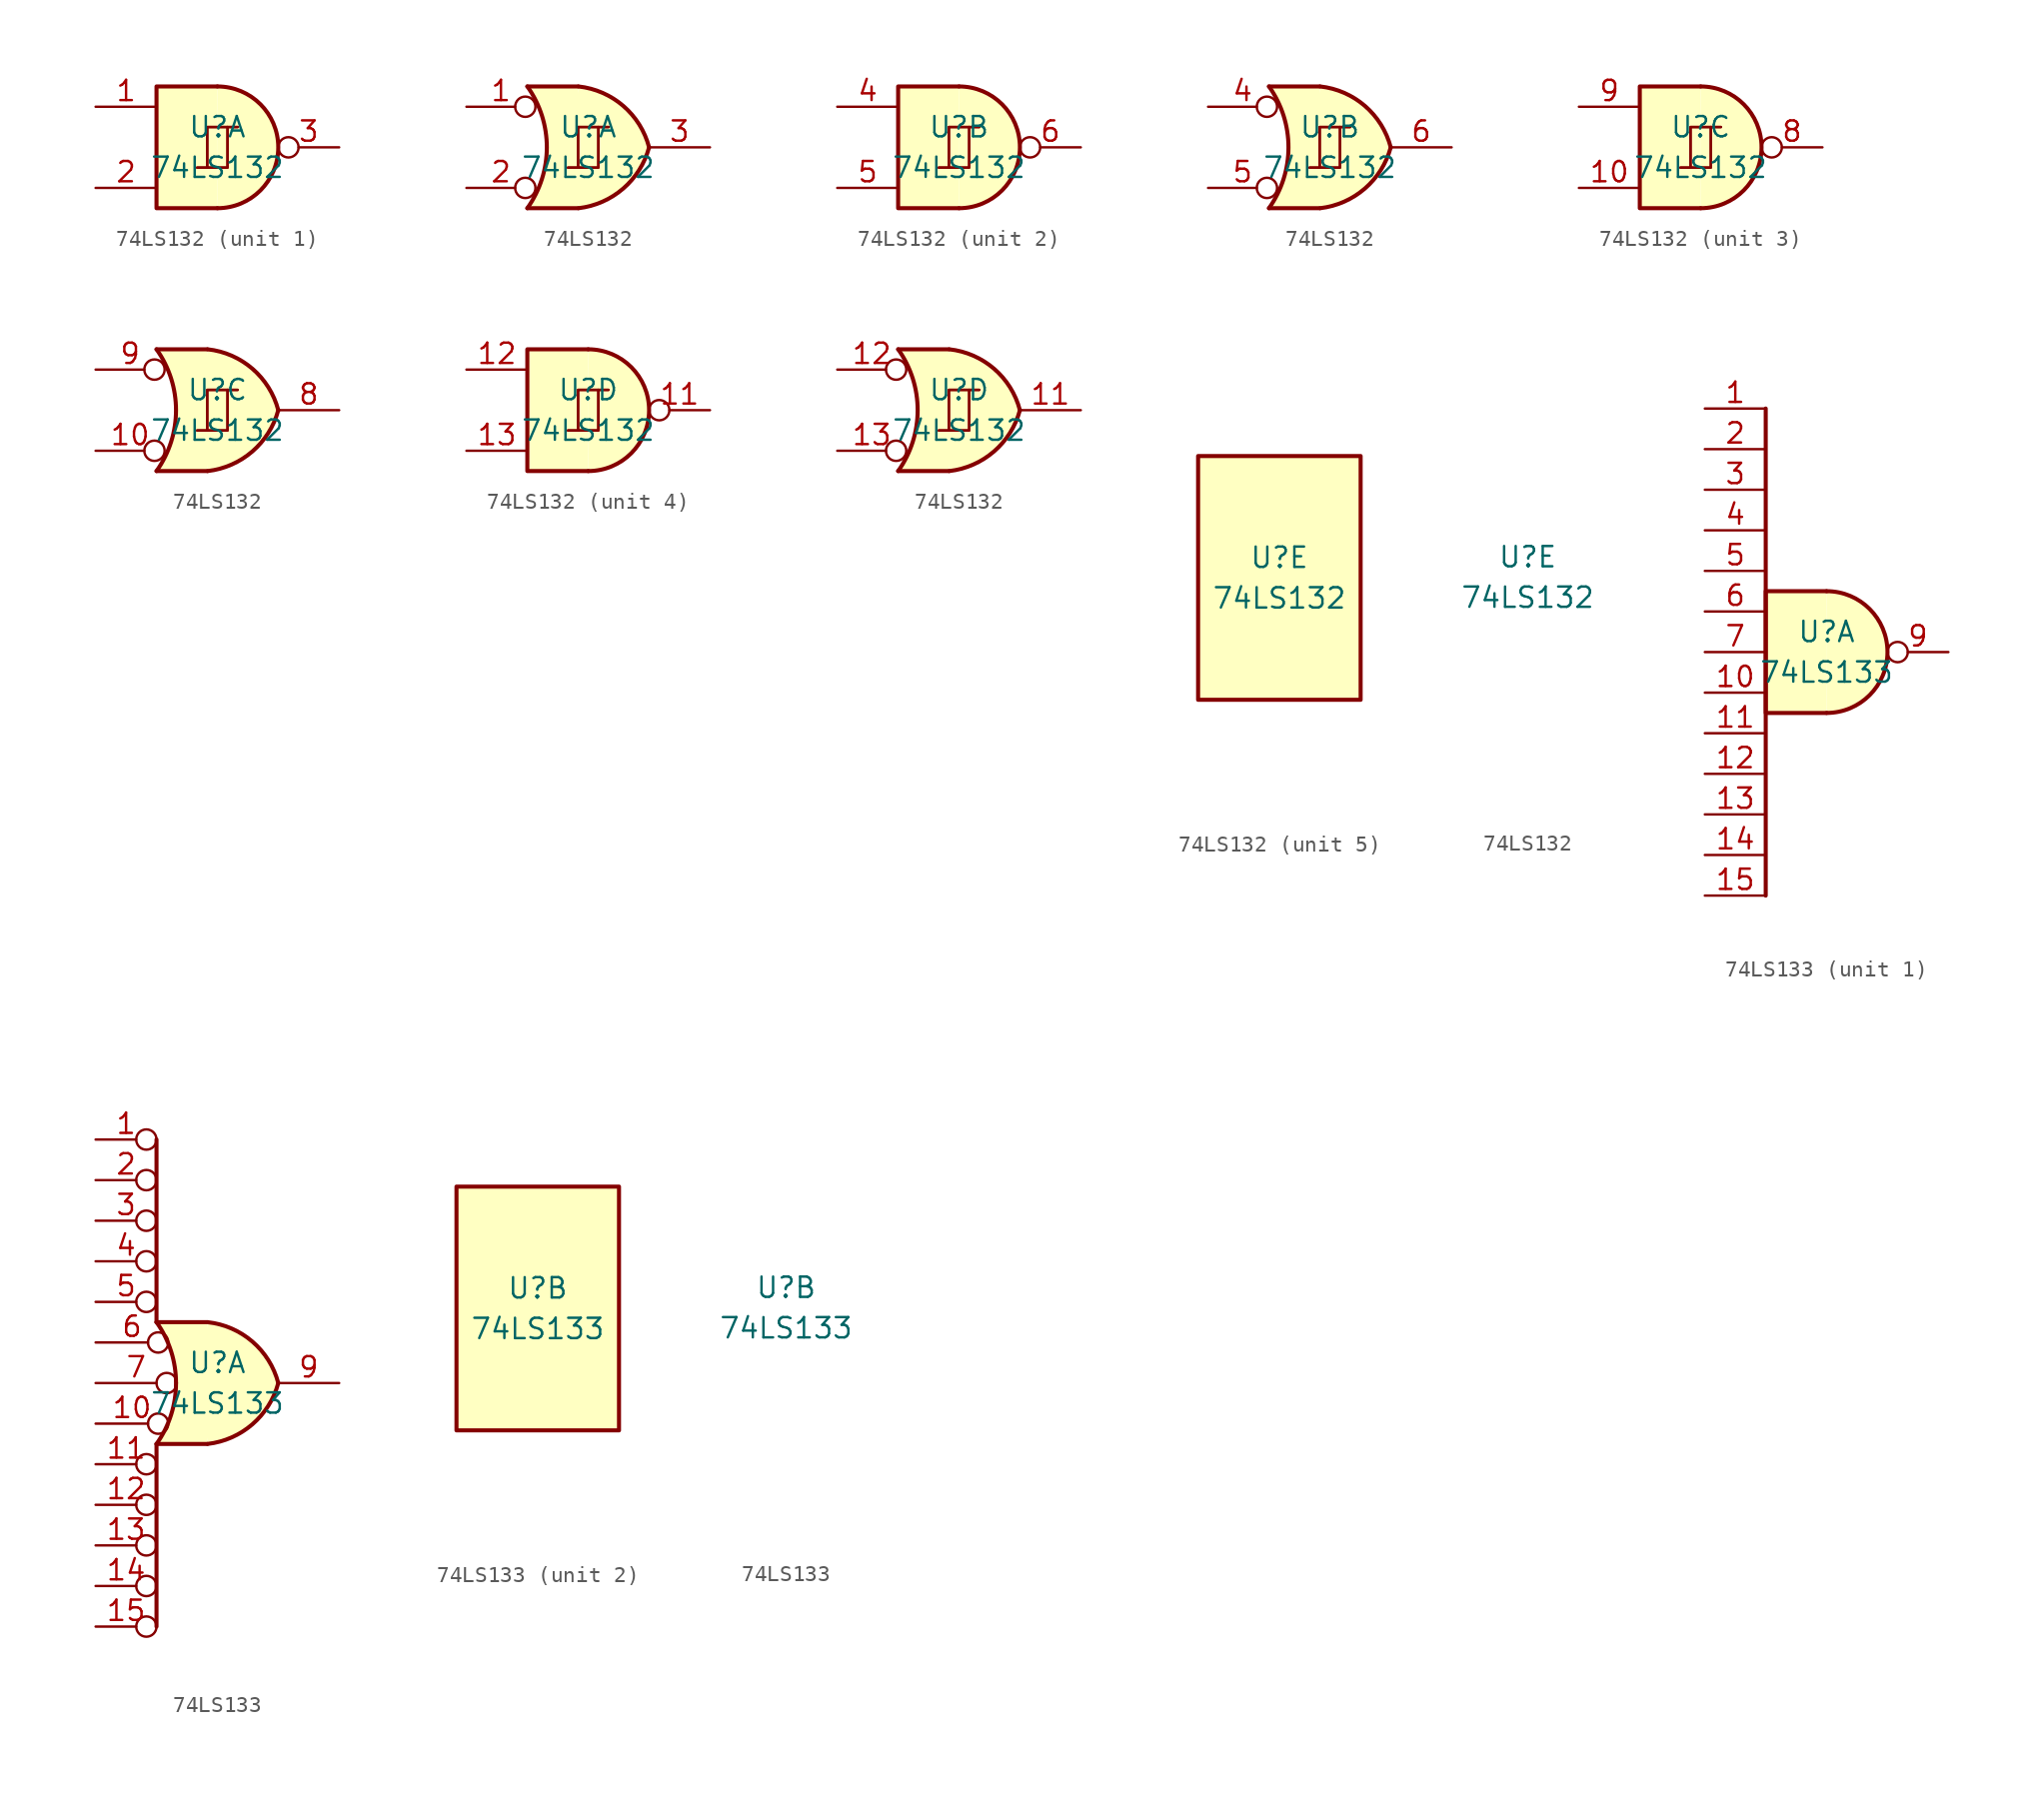
<source format=kicad_sym>
(kicad_symbol_lib
  (version 20231120)
  (generator "kicad_symbol_editor")
  (generator_version "8.0")
  (symbol "74LS132"
    (pin_names
      (offset 1.016))
    (property "Reference" "U"
      (at 0 1.27 0)
      (effects (font (size 1.27 1.27))))
    (property "Value" "74LS132"
      (at 0 -1.27 0)
      (effects (font (size 1.27 1.27))))
    (property "ki_locked" ""
      (at 0 0 0)
      (effects (font (size 1.27 1.27))))
    (symbol "74LS132_1_0"
      (polyline (pts (xy -0.635 -1.27) (xy -0.635 1.27) (xy 0.635 1.27)) (stroke (width 0) (type default)) (fill (type none)))
      (polyline (pts (xy -0.635 -1.27) (xy -0.635 1.27) (xy 0.635 1.27)) (stroke (width 0) (type default)) (fill (type none)))
      (polyline (pts (xy -1.27 -1.27) (xy 0.635 -1.27) (xy 0.635 1.27) (xy 1.27 1.27)) (stroke (width 0) (type default)) (fill (type none)))
      (polyline (pts (xy -1.27 -1.27) (xy 0.635 -1.27) (xy 0.635 1.27) (xy 1.27 1.27)) (stroke (width 0) (type default)) (fill (type none))))
    (symbol "74LS132_1_1"
      (arc (start 0 -3.81) (mid 3.7934 0) (end 0 3.81) (stroke (width 0.254) (type default)) (fill (type background)))
      (polyline (pts (xy 0 3.81) (xy -3.81 3.81) (xy -3.81 -3.81) (xy 0 -3.81)) (stroke (width 0.254) (type default)) (fill (type background)))
      (pin input line (at -7.62 2.54 0) (length 3.81) (name "~" (effects (font (size 1.27 1.27)))) (number "1" (effects (font (size 1.27 1.27)))))
      (pin input line (at -7.62 -2.54 0) (length 3.81) (name "~" (effects (font (size 1.27 1.27)))) (number "2" (effects (font (size 1.27 1.27)))))
      (pin output inverted (at 7.62 0 180) (length 3.81) (name "~" (effects (font (size 1.27 1.27)))) (number "3" (effects (font (size 1.27 1.27))))))
    (symbol "74LS132_1_2"
      (arc (start -3.81 -3.81) (mid -2.589 0) (end -3.81 3.81) (stroke (width 0.254) (type default)) (fill (type none)))
      (arc (start -0.6096 -3.81) (mid 2.1842 -2.5851) (end 3.81 0) (stroke (width 0.254) (type default)) (fill (type background)))
      (polyline (pts (xy -3.81 -3.81) (xy -0.635 -3.81)) (stroke (width 0.254) (type default)) (fill (type background)))
      (polyline (pts (xy -3.81 3.81) (xy -0.635 3.81)) (stroke (width 0.254) (type default)) (fill (type background)))
      (polyline (pts (xy -0.635 3.81) (xy -3.81 3.81) (xy -3.81 3.81) (xy -3.556 3.404) (xy -3.023 2.261) (xy -2.692 1.041) (xy -2.616 -0.254) (xy -2.769 -1.499) (xy -3.175 -2.718) (xy -3.81 -3.81) (xy -3.81 -3.81) (xy -0.635 -3.81)) (stroke (width -25.4) (type default)) (fill (type background)))
      (arc (start 3.81 0) (mid 2.1915 2.5936) (end -0.6096 3.81) (stroke (width 0.254) (type default)) (fill (type background)))
      (pin input inverted (at -7.62 2.54 0) (length 4.318) (name "~" (effects (font (size 1.27 1.27)))) (number "1" (effects (font (size 1.27 1.27)))))
      (pin input inverted (at -7.62 -2.54 0) (length 4.318) (name "~" (effects (font (size 1.27 1.27)))) (number "2" (effects (font (size 1.27 1.27)))))
      (pin output line (at 7.62 0 180) (length 3.81) (name "~" (effects (font (size 1.27 1.27)))) (number "3" (effects (font (size 1.27 1.27))))))
    (symbol "74LS132_2_0"
      (polyline (pts (xy -0.635 -1.27) (xy -0.635 1.27) (xy 0.635 1.27)) (stroke (width 0) (type default)) (fill (type none)))
      (polyline (pts (xy -0.635 -1.27) (xy -0.635 1.27) (xy 0.635 1.27)) (stroke (width 0) (type default)) (fill (type none)))
      (polyline (pts (xy -1.27 -1.27) (xy 0.635 -1.27) (xy 0.635 1.27) (xy 1.27 1.27)) (stroke (width 0) (type default)) (fill (type none)))
      (polyline (pts (xy -1.27 -1.27) (xy 0.635 -1.27) (xy 0.635 1.27) (xy 1.27 1.27)) (stroke (width 0) (type default)) (fill (type none))))
    (symbol "74LS132_2_1"
      (arc (start 0 -3.81) (mid 3.7934 0) (end 0 3.81) (stroke (width 0.254) (type default)) (fill (type background)))
      (polyline (pts (xy 0 3.81) (xy -3.81 3.81) (xy -3.81 -3.81) (xy 0 -3.81)) (stroke (width 0.254) (type default)) (fill (type background)))
      (pin input line (at -7.62 2.54 0) (length 3.81) (name "~" (effects (font (size 1.27 1.27)))) (number "4" (effects (font (size 1.27 1.27)))))
      (pin input line (at -7.62 -2.54 0) (length 3.81) (name "~" (effects (font (size 1.27 1.27)))) (number "5" (effects (font (size 1.27 1.27)))))
      (pin output inverted (at 7.62 0 180) (length 3.81) (name "~" (effects (font (size 1.27 1.27)))) (number "6" (effects (font (size 1.27 1.27))))))
    (symbol "74LS132_2_2"
      (arc (start -3.81 -3.81) (mid -2.589 0) (end -3.81 3.81) (stroke (width 0.254) (type default)) (fill (type none)))
      (arc (start -0.6096 -3.81) (mid 2.1842 -2.5851) (end 3.81 0) (stroke (width 0.254) (type default)) (fill (type background)))
      (polyline (pts (xy -3.81 -3.81) (xy -0.635 -3.81)) (stroke (width 0.254) (type default)) (fill (type background)))
      (polyline (pts (xy -3.81 3.81) (xy -0.635 3.81)) (stroke (width 0.254) (type default)) (fill (type background)))
      (polyline (pts (xy -0.635 3.81) (xy -3.81 3.81) (xy -3.81 3.81) (xy -3.556 3.404) (xy -3.023 2.261) (xy -2.692 1.041) (xy -2.616 -0.254) (xy -2.769 -1.499) (xy -3.175 -2.718) (xy -3.81 -3.81) (xy -3.81 -3.81) (xy -0.635 -3.81)) (stroke (width -25.4) (type default)) (fill (type background)))
      (arc (start 3.81 0) (mid 2.1915 2.5936) (end -0.6096 3.81) (stroke (width 0.254) (type default)) (fill (type background)))
      (pin input inverted (at -7.62 2.54 0) (length 4.318) (name "~" (effects (font (size 1.27 1.27)))) (number "4" (effects (font (size 1.27 1.27)))))
      (pin input inverted (at -7.62 -2.54 0) (length 4.318) (name "~" (effects (font (size 1.27 1.27)))) (number "5" (effects (font (size 1.27 1.27)))))
      (pin output line (at 7.62 0 180) (length 3.81) (name "~" (effects (font (size 1.27 1.27)))) (number "6" (effects (font (size 1.27 1.27))))))
    (symbol "74LS132_3_0"
      (polyline (pts (xy -0.635 -1.27) (xy -0.635 1.27) (xy 0.635 1.27)) (stroke (width 0) (type default)) (fill (type none)))
      (polyline (pts (xy -0.635 -1.27) (xy -0.635 1.27) (xy 0.635 1.27)) (stroke (width 0) (type default)) (fill (type none)))
      (polyline (pts (xy -1.27 -1.27) (xy 0.635 -1.27) (xy 0.635 1.27) (xy 1.27 1.27)) (stroke (width 0) (type default)) (fill (type none)))
      (polyline (pts (xy -1.27 -1.27) (xy 0.635 -1.27) (xy 0.635 1.27) (xy 1.27 1.27)) (stroke (width 0) (type default)) (fill (type none))))
    (symbol "74LS132_3_1"
      (arc (start 0 -3.81) (mid 3.7934 0) (end 0 3.81) (stroke (width 0.254) (type default)) (fill (type background)))
      (polyline (pts (xy 0 3.81) (xy -3.81 3.81) (xy -3.81 -3.81) (xy 0 -3.81)) (stroke (width 0.254) (type default)) (fill (type background)))
      (pin input line (at -7.62 -2.54 0) (length 3.81) (name "~" (effects (font (size 1.27 1.27)))) (number "10" (effects (font (size 1.27 1.27)))))
      (pin output inverted (at 7.62 0 180) (length 3.81) (name "~" (effects (font (size 1.27 1.27)))) (number "8" (effects (font (size 1.27 1.27)))))
      (pin input line (at -7.62 2.54 0) (length 3.81) (name "~" (effects (font (size 1.27 1.27)))) (number "9" (effects (font (size 1.27 1.27))))))
    (symbol "74LS132_3_2"
      (arc (start -3.81 -3.81) (mid -2.589 0) (end -3.81 3.81) (stroke (width 0.254) (type default)) (fill (type none)))
      (arc (start -0.6096 -3.81) (mid 2.1842 -2.5851) (end 3.81 0) (stroke (width 0.254) (type default)) (fill (type background)))
      (polyline (pts (xy -3.81 -3.81) (xy -0.635 -3.81)) (stroke (width 0.254) (type default)) (fill (type background)))
      (polyline (pts (xy -3.81 3.81) (xy -0.635 3.81)) (stroke (width 0.254) (type default)) (fill (type background)))
      (polyline (pts (xy -0.635 3.81) (xy -3.81 3.81) (xy -3.81 3.81) (xy -3.556 3.404) (xy -3.023 2.261) (xy -2.692 1.041) (xy -2.616 -0.254) (xy -2.769 -1.499) (xy -3.175 -2.718) (xy -3.81 -3.81) (xy -3.81 -3.81) (xy -0.635 -3.81)) (stroke (width -25.4) (type default)) (fill (type background)))
      (arc (start 3.81 0) (mid 2.1915 2.5936) (end -0.6096 3.81) (stroke (width 0.254) (type default)) (fill (type background)))
      (pin input inverted (at -7.62 -2.54 0) (length 4.318) (name "~" (effects (font (size 1.27 1.27)))) (number "10" (effects (font (size 1.27 1.27)))))
      (pin output line (at 7.62 0 180) (length 3.81) (name "~" (effects (font (size 1.27 1.27)))) (number "8" (effects (font (size 1.27 1.27)))))
      (pin input inverted (at -7.62 2.54 0) (length 4.318) (name "~" (effects (font (size 1.27 1.27)))) (number "9" (effects (font (size 1.27 1.27))))))
    (symbol "74LS132_4_0"
      (polyline (pts (xy -0.635 -1.27) (xy -0.635 1.27) (xy 0.635 1.27)) (stroke (width 0) (type default)) (fill (type none)))
      (polyline (pts (xy -0.635 -1.27) (xy -0.635 1.27) (xy 0.635 1.27)) (stroke (width 0) (type default)) (fill (type none)))
      (polyline (pts (xy -1.27 -1.27) (xy 0.635 -1.27) (xy 0.635 1.27) (xy 1.27 1.27)) (stroke (width 0) (type default)) (fill (type none)))
      (polyline (pts (xy -1.27 -1.27) (xy 0.635 -1.27) (xy 0.635 1.27) (xy 1.27 1.27)) (stroke (width 0) (type default)) (fill (type none))))
    (symbol "74LS132_4_1"
      (arc (start 0 -3.81) (mid 3.7934 0) (end 0 3.81) (stroke (width 0.254) (type default)) (fill (type background)))
      (polyline (pts (xy 0 3.81) (xy -3.81 3.81) (xy -3.81 -3.81) (xy 0 -3.81)) (stroke (width 0.254) (type default)) (fill (type background)))
      (pin output inverted (at 7.62 0 180) (length 3.81) (name "~" (effects (font (size 1.27 1.27)))) (number "11" (effects (font (size 1.27 1.27)))))
      (pin input line (at -7.62 2.54 0) (length 3.81) (name "~" (effects (font (size 1.27 1.27)))) (number "12" (effects (font (size 1.27 1.27)))))
      (pin input line (at -7.62 -2.54 0) (length 3.81) (name "~" (effects (font (size 1.27 1.27)))) (number "13" (effects (font (size 1.27 1.27))))))
    (symbol "74LS132_4_2"
      (arc (start -3.81 -3.81) (mid -2.589 0) (end -3.81 3.81) (stroke (width 0.254) (type default)) (fill (type none)))
      (arc (start -0.6096 -3.81) (mid 2.1842 -2.5851) (end 3.81 0) (stroke (width 0.254) (type default)) (fill (type background)))
      (polyline (pts (xy -3.81 -3.81) (xy -0.635 -3.81)) (stroke (width 0.254) (type default)) (fill (type background)))
      (polyline (pts (xy -3.81 3.81) (xy -0.635 3.81)) (stroke (width 0.254) (type default)) (fill (type background)))
      (polyline (pts (xy -0.635 3.81) (xy -3.81 3.81) (xy -3.81 3.81) (xy -3.556 3.404) (xy -3.023 2.261) (xy -2.692 1.041) (xy -2.616 -0.254) (xy -2.769 -1.499) (xy -3.175 -2.718) (xy -3.81 -3.81) (xy -3.81 -3.81) (xy -0.635 -3.81)) (stroke (width -25.4) (type default)) (fill (type background)))
      (arc (start 3.81 0) (mid 2.1915 2.5936) (end -0.6096 3.81) (stroke (width 0.254) (type default)) (fill (type background)))
      (pin output line (at 7.62 0 180) (length 3.81) (name "~" (effects (font (size 1.27 1.27)))) (number "11" (effects (font (size 1.27 1.27)))))
      (pin input inverted (at -7.62 2.54 0) (length 4.318) (name "~" (effects (font (size 1.27 1.27)))) (number "12" (effects (font (size 1.27 1.27)))))
      (pin input inverted (at -7.62 -2.54 0) (length 4.318) (name "~" (effects (font (size 1.27 1.27)))) (number "13" (effects (font (size 1.27 1.27))))))
    (symbol "74LS132_5_0"
      (pin input line (at 0 12.7 270) (length 5.08) hide (name "VCC" (effects (font (size 1.27 1.27)))) (number "14" (effects (font (size 1.27 1.27)))))
      (pin input line (at 0 -12.7 90) (length 5.08) hide (name "GND" (effects (font (size 1.27 1.27)))) (number "7" (effects (font (size 1.27 1.27))))))
    (symbol "74LS132_5_1"
      (rectangle (start -5.08 7.62) (end 5.08 -7.62) (stroke (width 0.254) (type default)) (fill (type background)))))
  (symbol "74LS133"
    (pin_names
      (offset 1.016))
    (property "Reference" "U"
      (at 0 1.27 0)
      (effects (font (size 1.27 1.27))))
    (property "Value" "74LS133"
      (at 0 -1.27 0)
      (effects (font (size 1.27 1.27))))
    (property "ki_locked" ""
      (at 0 0 0)
      (effects (font (size 1.27 1.27))))
    (symbol "74LS133_1_1"
      (arc (start 0 -3.81) (mid 3.7934 0) (end 0 3.81) (stroke (width 0.254) (type default)) (fill (type background)))
      (polyline (pts (xy -3.81 15.24) (xy -3.81 -15.24)) (stroke (width 0.254) (type default)) (fill (type none)))
      (polyline (pts (xy 0 3.81) (xy -3.81 3.81) (xy -3.81 -3.81) (xy 0 -3.81)) (stroke (width 0.254) (type default)) (fill (type background)))
      (pin input line (at -7.62 15.24 0) (length 3.81) (name "~" (effects (font (size 1.27 1.27)))) (number "1" (effects (font (size 1.27 1.27)))))
      (pin input line (at -7.62 -2.54 0) (length 3.81) (name "~" (effects (font (size 1.27 1.27)))) (number "10" (effects (font (size 1.27 1.27)))))
      (pin input line (at -7.62 -5.08 0) (length 3.81) (name "~" (effects (font (size 1.27 1.27)))) (number "11" (effects (font (size 1.27 1.27)))))
      (pin input line (at -7.62 -7.62 0) (length 3.81) (name "~" (effects (font (size 1.27 1.27)))) (number "12" (effects (font (size 1.27 1.27)))))
      (pin input line (at -7.62 -10.16 0) (length 3.81) (name "~" (effects (font (size 1.27 1.27)))) (number "13" (effects (font (size 1.27 1.27)))))
      (pin input line (at -7.62 -12.7 0) (length 3.81) (name "~" (effects (font (size 1.27 1.27)))) (number "14" (effects (font (size 1.27 1.27)))))
      (pin input line (at -7.62 -15.24 0) (length 3.81) (name "~" (effects (font (size 1.27 1.27)))) (number "15" (effects (font (size 1.27 1.27)))))
      (pin input line (at -7.62 12.7 0) (length 3.81) (name "~" (effects (font (size 1.27 1.27)))) (number "2" (effects (font (size 1.27 1.27)))))
      (pin input line (at -7.62 10.16 0) (length 3.81) (name "~" (effects (font (size 1.27 1.27)))) (number "3" (effects (font (size 1.27 1.27)))))
      (pin input line (at -7.62 7.62 0) (length 3.81) (name "~" (effects (font (size 1.27 1.27)))) (number "4" (effects (font (size 1.27 1.27)))))
      (pin input line (at -7.62 5.08 0) (length 3.81) (name "~" (effects (font (size 1.27 1.27)))) (number "5" (effects (font (size 1.27 1.27)))))
      (pin input line (at -7.62 2.54 0) (length 3.81) (name "~" (effects (font (size 1.27 1.27)))) (number "6" (effects (font (size 1.27 1.27)))))
      (pin input line (at -7.62 0 0) (length 3.81) (name "~" (effects (font (size 1.27 1.27)))) (number "7" (effects (font (size 1.27 1.27)))))
      (pin output inverted (at 7.62 0 180) (length 3.81) (name "~" (effects (font (size 1.27 1.27)))) (number "9" (effects (font (size 1.27 1.27))))))
    (symbol "74LS133_1_2"
      (arc (start -3.81 -3.81) (mid -2.589 0) (end -3.81 3.81) (stroke (width 0.254) (type default)) (fill (type none)))
      (arc (start -0.6096 -3.81) (mid 2.1842 -2.5851) (end 3.81 0) (stroke (width 0.254) (type default)) (fill (type background)))
      (polyline (pts (xy -3.81 -3.81) (xy -3.81 -15.24)) (stroke (width 0.254) (type default)) (fill (type none)))
      (polyline (pts (xy -3.81 -3.81) (xy -0.635 -3.81)) (stroke (width 0.254) (type default)) (fill (type background)))
      (polyline (pts (xy -3.81 3.81) (xy -0.635 3.81)) (stroke (width 0.254) (type default)) (fill (type background)))
      (polyline (pts (xy -3.81 15.24) (xy -3.81 3.81)) (stroke (width 0.254) (type default)) (fill (type none)))
      (polyline (pts (xy -0.635 3.81) (xy -3.81 3.81) (xy -3.81 3.81) (xy -3.556 3.404) (xy -3.023 2.261) (xy -2.692 1.041) (xy -2.616 -0.254) (xy -2.769 -1.499) (xy -3.175 -2.718) (xy -3.81 -3.81) (xy -3.81 -3.81) (xy -0.635 -3.81)) (stroke (width -25.4) (type default)) (fill (type background)))
      (arc (start 3.81 0) (mid 2.1915 2.5936) (end -0.6096 3.81) (stroke (width 0.254) (type default)) (fill (type background)))
      (pin input inverted (at -7.62 15.24 0) (length 3.81) (name "~" (effects (font (size 1.27 1.27)))) (number "1" (effects (font (size 1.27 1.27)))))
      (pin input inverted (at -7.62 -2.54 0) (length 4.547) (name "~" (effects (font (size 1.27 1.27)))) (number "10" (effects (font (size 1.27 1.27)))))
      (pin input inverted (at -7.62 -5.08 0) (length 3.81) (name "~" (effects (font (size 1.27 1.27)))) (number "11" (effects (font (size 1.27 1.27)))))
      (pin input inverted (at -7.62 -7.62 0) (length 3.81) (name "~" (effects (font (size 1.27 1.27)))) (number "12" (effects (font (size 1.27 1.27)))))
      (pin input inverted (at -7.62 -10.16 0) (length 3.81) (name "~" (effects (font (size 1.27 1.27)))) (number "13" (effects (font (size 1.27 1.27)))))
      (pin input inverted (at -7.62 -12.7 0) (length 3.81) (name "~" (effects (font (size 1.27 1.27)))) (number "14" (effects (font (size 1.27 1.27)))))
      (pin input inverted (at -7.62 -15.24 0) (length 3.81) (name "~" (effects (font (size 1.27 1.27)))) (number "15" (effects (font (size 1.27 1.27)))))
      (pin input inverted (at -7.62 12.7 0) (length 3.81) (name "~" (effects (font (size 1.27 1.27)))) (number "2" (effects (font (size 1.27 1.27)))))
      (pin input inverted (at -7.62 10.16 0) (length 3.81) (name "~" (effects (font (size 1.27 1.27)))) (number "3" (effects (font (size 1.27 1.27)))))
      (pin input inverted (at -7.62 7.62 0) (length 3.81) (name "~" (effects (font (size 1.27 1.27)))) (number "4" (effects (font (size 1.27 1.27)))))
      (pin input inverted (at -7.62 5.08 0) (length 3.81) (name "~" (effects (font (size 1.27 1.27)))) (number "5" (effects (font (size 1.27 1.27)))))
      (pin input inverted (at -7.62 2.54 0) (length 4.547) (name "~" (effects (font (size 1.27 1.27)))) (number "6" (effects (font (size 1.27 1.27)))))
      (pin input inverted (at -7.62 0 0) (length 5.08) (name "~" (effects (font (size 1.27 1.27)))) (number "7" (effects (font (size 1.27 1.27)))))
      (pin output line (at 7.62 0 180) (length 3.81) (name "~" (effects (font (size 1.27 1.27)))) (number "9" (effects (font (size 1.27 1.27))))))
    (symbol "74LS133_2_0"
      (pin input line (at 0 12.7 270) (length 5.08) hide (name "VCC" (effects (font (size 1.27 1.27)))) (number "16" (effects (font (size 1.27 1.27)))))
      (pin input line (at 0 -12.7 90) (length 5.08) hide (name "GND" (effects (font (size 1.27 1.27)))) (number "8" (effects (font (size 1.27 1.27))))))
    (symbol "74LS133_2_1"
      (rectangle (start -5.08 7.62) (end 5.08 -7.62) (stroke (width 0.254) (type default)) (fill (type background))))))
</source>
